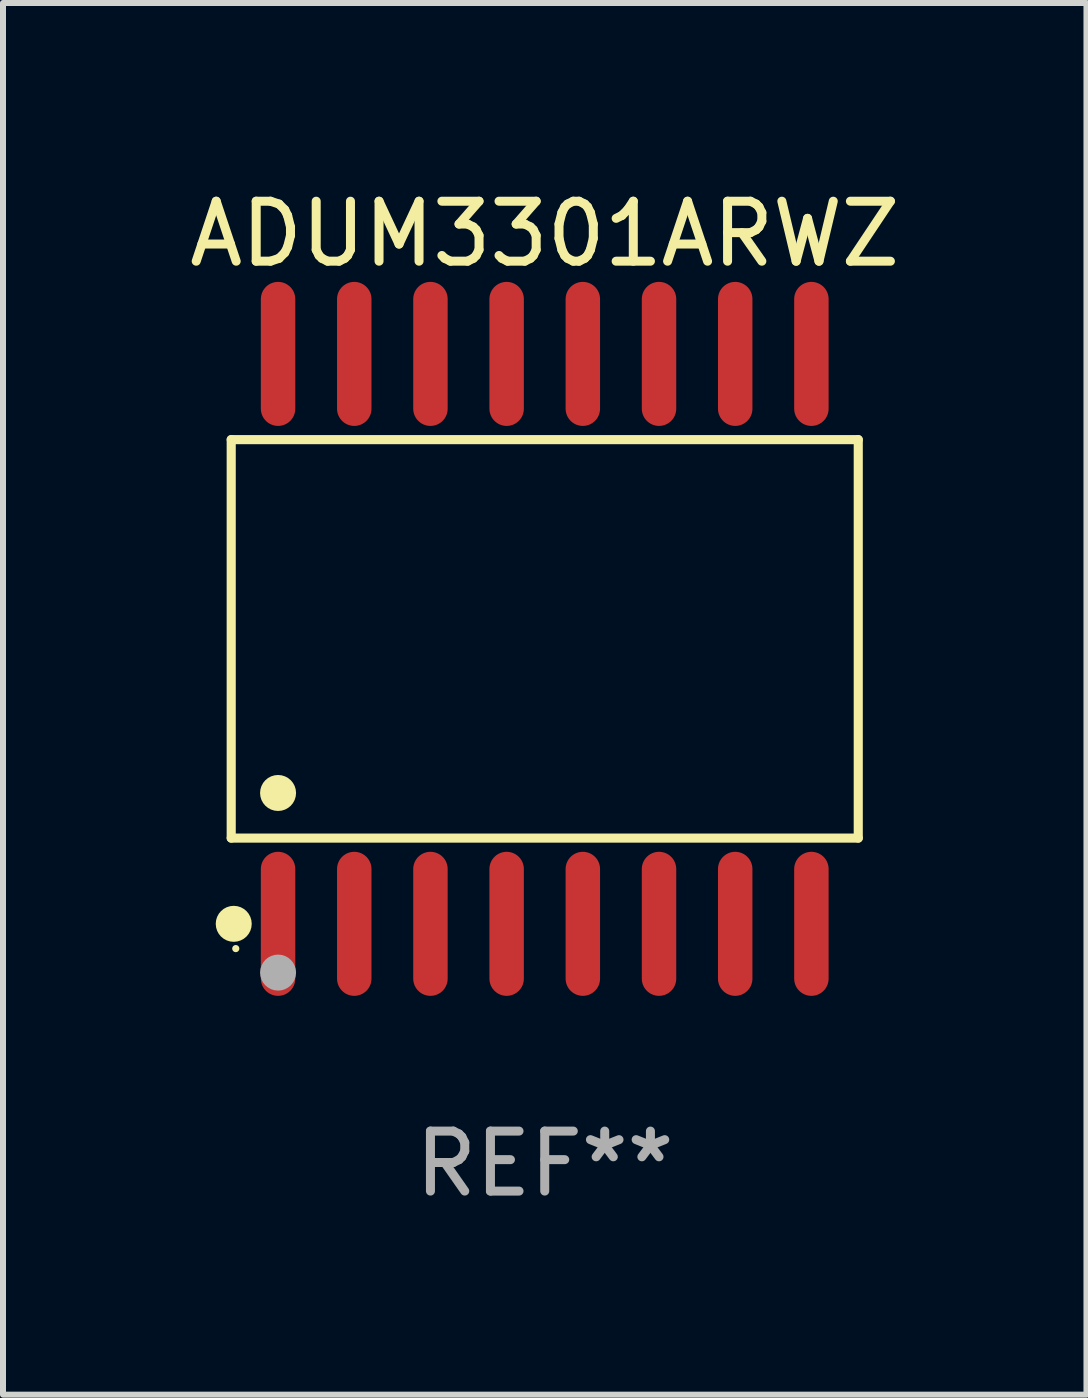
<source format=kicad_pcb>
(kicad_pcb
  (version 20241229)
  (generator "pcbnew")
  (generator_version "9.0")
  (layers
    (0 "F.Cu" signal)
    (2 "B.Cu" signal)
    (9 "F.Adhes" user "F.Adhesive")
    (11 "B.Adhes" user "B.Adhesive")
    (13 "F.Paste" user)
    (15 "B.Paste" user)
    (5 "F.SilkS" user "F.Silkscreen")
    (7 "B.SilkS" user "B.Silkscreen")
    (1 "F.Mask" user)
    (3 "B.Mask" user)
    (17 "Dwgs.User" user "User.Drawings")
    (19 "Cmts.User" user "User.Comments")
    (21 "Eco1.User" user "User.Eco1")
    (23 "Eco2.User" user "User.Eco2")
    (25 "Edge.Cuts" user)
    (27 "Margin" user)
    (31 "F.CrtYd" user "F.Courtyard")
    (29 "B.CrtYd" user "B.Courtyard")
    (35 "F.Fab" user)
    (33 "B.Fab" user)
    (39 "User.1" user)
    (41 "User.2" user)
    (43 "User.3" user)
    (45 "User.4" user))
  (footprint "ADUM3301ARWZ"
    (layer "F.Cu")
    (at 6.03 7.599)
    (property "Reference" "ADUM3301ARWZ" (at 0 -6.75 0) (layer "F.SilkS") (effects (font (size 1 1) (thickness 0.15))))
    (attr through_hole)
    (fp_line (start -5.226 -3.321) (end 5.226 -3.321) (stroke (width 0.152) (type solid)) (layer "F.SilkS"))
    (fp_line (start -5.226 3.321) (end -5.226 -3.321) (stroke (width 0.152) (type solid)) (layer "F.SilkS"))
    (fp_line (start 5.226 -3.321) (end 5.226 3.321) (stroke (width 0.152) (type solid)) (layer "F.SilkS"))
    (fp_line (start 5.226 3.321) (end -5.226 3.321) (stroke (width 0.152) (type solid)) (layer "F.SilkS"))
    (fp_circle (center -5.184 4.75) (end -5.034 4.75) (stroke (width 0.3) (type solid)) (fill no) (layer "F.SilkS"))
    (fp_circle (center -5.15 5.163) (end -5.12 5.163) (stroke (width 0.06) (type solid)) (fill no) (layer "F.SilkS"))
    (fp_circle (center -4.445 2.569) (end -4.295 2.569) (stroke (width 0.3) (type solid)) (fill no) (layer "F.SilkS"))
    (fp_circle (center -4.445 5.563) (end -4.295 5.563) (stroke (width 0.3) (type solid)) (fill no) (layer "F.Fab"))
    (fp_text user "REF**" (at 0 8.75 0) (layer "F.Fab") (effects (font (size 1 1) (thickness 0.15))))
    (pad "1" smd oval (at -4.445 4.75) (size 0.574 2.401) (layers "F.Cu" "F.Mask" "F.Paste"))
    (pad "2" smd oval (at -3.175 4.75) (size 0.574 2.401) (layers "F.Cu" "F.Mask" "F.Paste"))
    (pad "3" smd oval (at -1.905 4.75) (size 0.574 2.401) (layers "F.Cu" "F.Mask" "F.Paste"))
    (pad "4" smd oval (at -0.635 4.75) (size 0.574 2.401) (layers "F.Cu" "F.Mask" "F.Paste"))
    (pad "5" smd oval (at 0.635 4.75) (size 0.574 2.401) (layers "F.Cu" "F.Mask" "F.Paste"))
    (pad "6" smd oval (at 1.905 4.75) (size 0.574 2.401) (layers "F.Cu" "F.Mask" "F.Paste"))
    (pad "7" smd oval (at 3.175 4.75) (size 0.574 2.401) (layers "F.Cu" "F.Mask" "F.Paste"))
    (pad "8" smd oval (at 4.445 4.75) (size 0.574 2.401) (layers "F.Cu" "F.Mask" "F.Paste"))
    (pad "9" smd oval (at 4.445 -4.75) (size 0.574 2.401) (layers "F.Cu" "F.Mask" "F.Paste"))
    (pad "10" smd oval (at 3.175 -4.75) (size 0.574 2.401) (layers "F.Cu" "F.Mask" "F.Paste"))
    (pad "11" smd oval (at 1.905 -4.75) (size 0.574 2.401) (layers "F.Cu" "F.Mask" "F.Paste"))
    (pad "12" smd oval (at 0.635 -4.75) (size 0.574 2.401) (layers "F.Cu" "F.Mask" "F.Paste"))
    (pad "13" smd oval (at -0.635 -4.75) (size 0.574 2.401) (layers "F.Cu" "F.Mask" "F.Paste"))
    (pad "14" smd oval (at -1.905 -4.75) (size 0.574 2.401) (layers "F.Cu" "F.Mask" "F.Paste"))
    (pad "15" smd oval (at -3.175 -4.75) (size 0.574 2.401) (layers "F.Cu" "F.Mask" "F.Paste"))
    (pad "16" smd oval (at -4.445 -4.75) (size 0.574 2.401) (layers "F.Cu" "F.Mask" "F.Paste")))
  (gr_rect
    (start -3 -3)
    (end 15.06 20.197)
    (stroke (width 0.1) (type default))
    (fill no)
    (layer "Edge.Cuts")))
</source>
